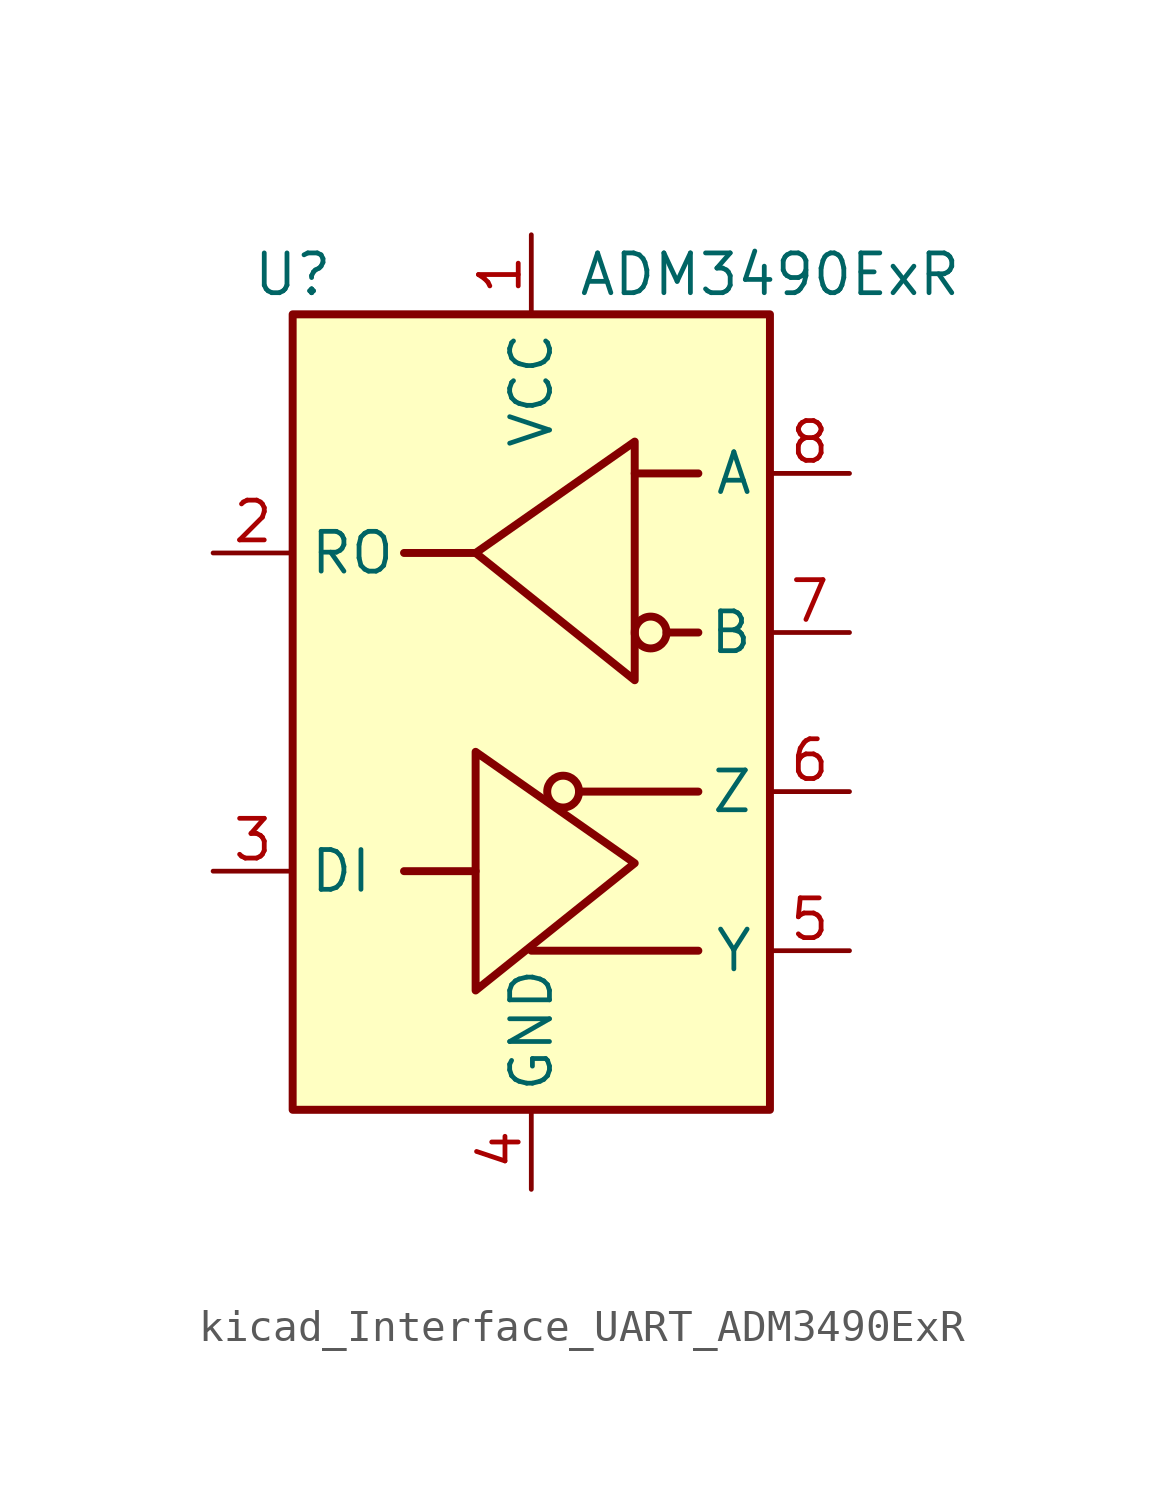
<source format=kicad_sym>
(kicad_symbol_lib
  (version 20220914)
  (generator kicad_symbol_editor)
  (symbol "kicad_Interface_UART_ADM3490ExR"
    (property "Reference" "U"
      (at -7.62 13.97 0)
      (effects (font (size 1.27 1.27))))
    (property "Value" "ADM3490ExR"
      (at 7.62 13.97 0)
      (effects (font (size 1.27 1.27))))
    (symbol "kicad_Interface_UART_ADM3490ExR_0_1"
      (rectangle (start -7.62 12.7) (end 7.62 -12.7) (stroke (width 0.254) (type default)) (fill (type background)))
      (polyline (pts (xy -1.778 -5.08) (xy -4.064 -5.08)) (stroke (width 0.254) (type default)) (fill (type none)))
      (polyline (pts (xy -1.778 5.08) (xy -4.064 5.08)) (stroke (width 0.254) (type default)) (fill (type none)))
      (polyline (pts (xy 0 -7.62) (xy 5.334 -7.62)) (stroke (width 0.254) (type default)) (fill (type none)))
      (polyline (pts (xy 1.524 -2.54) (xy 5.334 -2.54)) (stroke (width 0.254) (type default)) (fill (type none)))
      (polyline (pts (xy 3.302 7.62) (xy 5.334 7.62)) (stroke (width 0.254) (type default)) (fill (type none)))
      (polyline (pts (xy 4.318 2.54) (xy 5.334 2.54)) (stroke (width 0.254) (type default)) (fill (type none)))
      (polyline (pts (xy -1.778 -5.08) (xy -1.778 -1.27) (xy 3.302 -4.826) (xy -1.778 -8.89) (xy -1.778 -5.08)) (stroke (width 0.254) (type default)) (fill (type none)))
      (circle (center 1.016 -2.54) (radius 0.508) (stroke (width 0.254) (type default)) (fill (type none))))
    (symbol "kicad_Interface_UART_ADM3490ExR_1_1"
      (polyline (pts (xy 3.302 4.826) (xy 3.302 8.636) (xy -1.778 5.08) (xy 3.302 1.016) (xy 3.302 4.826)) (stroke (width 0.254) (type default)) (fill (type none)))
      (circle (center 3.81 2.54) (radius 0.508) (stroke (width 0.254) (type default)) (fill (type none)))
      (pin power_in line (at 0 15.24 270) (length 2.54) (name "VCC" (effects (font (size 1.27 1.27)))) (number "1" (effects (font (size 1.27 1.27)))))
      (pin output line (at -10.16 5.08 0) (length 2.54) (name "RO" (effects (font (size 1.27 1.27)))) (number "2" (effects (font (size 1.27 1.27)))))
      (pin input line (at -10.16 -5.08 0) (length 2.54) (name "DI" (effects (font (size 1.27 1.27)))) (number "3" (effects (font (size 1.27 1.27)))))
      (pin power_in line (at 0 -15.24 90) (length 2.54) (name "GND" (effects (font (size 1.27 1.27)))) (number "4" (effects (font (size 1.27 1.27)))))
      (pin output line (at 10.16 -7.62 180) (length 2.54) (name "Y" (effects (font (size 1.27 1.27)))) (number "5" (effects (font (size 1.27 1.27)))))
      (pin output line (at 10.16 -2.54 180) (length 2.54) (name "Z" (effects (font (size 1.27 1.27)))) (number "6" (effects (font (size 1.27 1.27)))))
      (pin input line (at 10.16 2.54 180) (length 2.54) (name "B" (effects (font (size 1.27 1.27)))) (number "7" (effects (font (size 1.27 1.27)))))
      (pin input line (at 10.16 7.62 180) (length 2.54) (name "A" (effects (font (size 1.27 1.27)))) (number "8" (effects (font (size 1.27 1.27))))))))
</source>
